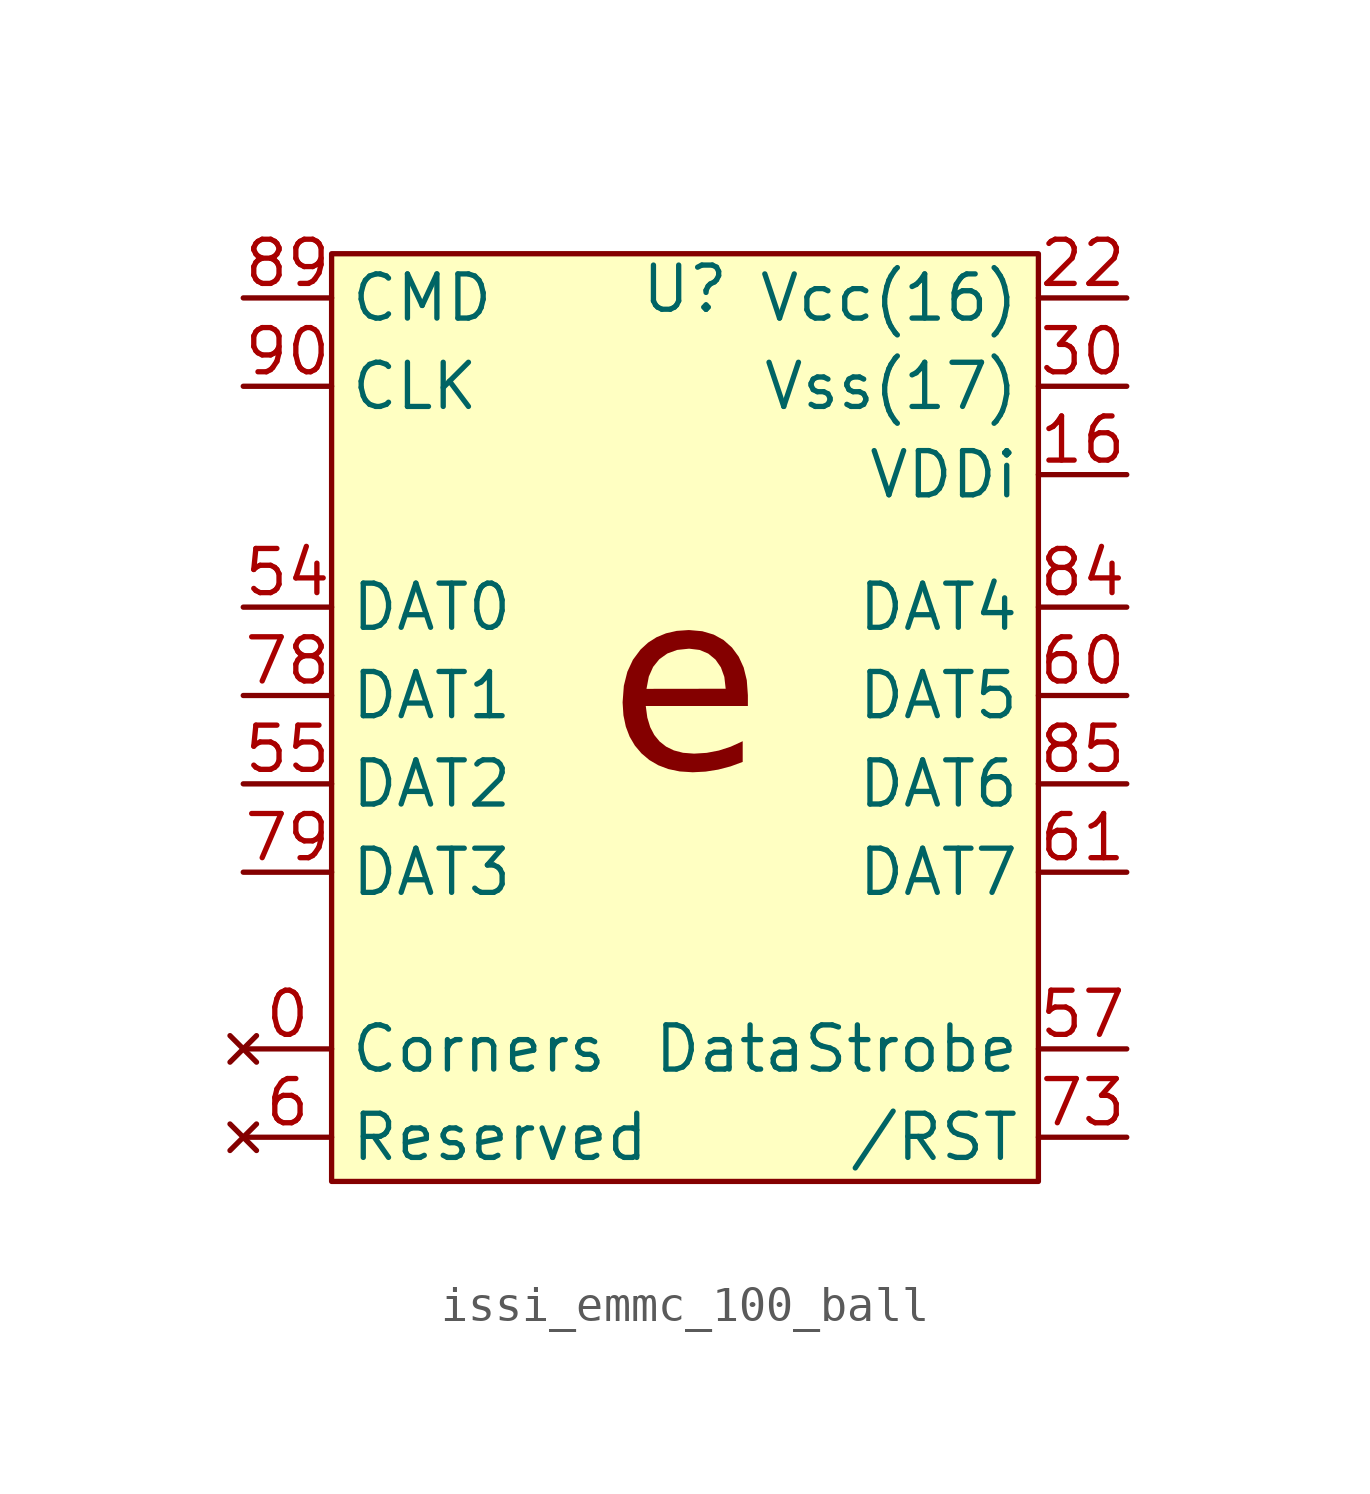
<source format=kicad_sym>
(kicad_symbol_lib
  (version 20241209)
  (generator "kicad_symbol_editor")
  (generator_version "9.0")
  (symbol "issi_emmc_100_ball"
    (property "Reference" "U"
      (at 0 11.684 0)
      (effects (font (size 1.27 1.27))))
    (property "Value" ""
      (at 0 0 0)
      (effects (font (size 1.27 1.27))))
    (symbol "issi_emmc_100_ball_1_1"
      (rectangle (start -10.16 12.7) (end 10.16 -13.97) (stroke (width 0) (type solid)) (fill (type background)))
      (text "e" (at 0 0 0) (effects (font (face "Amiri") (size 5.08 5.08) (italic yes))))
      (pin input line (at -12.7 11.43 0) (length 2.54) (name "CMD" (effects (font (size 1.27 1.27)))) (number "89" (effects (font (size 1.27 1.27)))))
      (pin input line (at -12.7 8.89 0) (length 2.54) (name "CLK" (effects (font (size 1.27 1.27)))) (number "90" (effects (font (size 1.27 1.27)))))
      (pin bidirectional line (at -12.7 2.54 0) (length 2.54) (name "DAT0" (effects (font (size 1.27 1.27)))) (number "54" (effects (font (size 1.27 1.27)))))
      (pin bidirectional line (at -12.7 0 0) (length 2.54) (name "DAT1" (effects (font (size 1.27 1.27)))) (number "78" (effects (font (size 1.27 1.27)))))
      (pin bidirectional line (at -12.7 -2.54 0) (length 2.54) (name "DAT2" (effects (font (size 1.27 1.27)))) (number "55" (effects (font (size 1.27 1.27)))))
      (pin bidirectional line (at -12.7 -5.08 0) (length 2.54) (name "DAT3" (effects (font (size 1.27 1.27)))) (number "79" (effects (font (size 1.27 1.27)))))
      (pin no_connect line (at -12.7 -10.16 0) (length 2.54) (name "Corners" (effects (font (size 1.27 1.27)))) (number "0" (effects (font (size 1.27 1.27)))))
      (pin no_connect line (at -12.7 -10.16 0) (length 2.54) (hide yes) (name "Corners" (effects (font (size 1.27 1.27)))) (number "1" (effects (font (size 1.27 1.27)))))
      (pin no_connect line (at -12.7 -10.16 0) (length 2.54) (hide yes) (name "Corners" (effects (font (size 1.27 1.27)))) (number "2" (effects (font (size 1.27 1.27)))))
      (pin no_connect line (at -12.7 -10.16 0) (length 2.54) (hide yes) (name "Corners" (effects (font (size 1.27 1.27)))) (number "3" (effects (font (size 1.27 1.27)))))
      (pin no_connect line (at -12.7 -10.16 0) (length 2.54) (hide yes) (name "Corners" (effects (font (size 1.27 1.27)))) (number "4" (effects (font (size 1.27 1.27)))))
      (pin no_connect line (at -12.7 -10.16 0) (length 2.54) (hide yes) (name "Corners" (effects (font (size 1.27 1.27)))) (number "5" (effects (font (size 1.27 1.27)))))
      (pin no_connect line (at -12.7 -10.16 0) (length 2.54) (hide yes) (name "Corners" (effects (font (size 1.27 1.27)))) (number "94" (effects (font (size 1.27 1.27)))))
      (pin no_connect line (at -12.7 -10.16 0) (length 2.54) (hide yes) (name "Corners" (effects (font (size 1.27 1.27)))) (number "95" (effects (font (size 1.27 1.27)))))
      (pin no_connect line (at -12.7 -10.16 0) (length 2.54) (hide yes) (name "Corners" (effects (font (size 1.27 1.27)))) (number "96" (effects (font (size 1.27 1.27)))))
      (pin no_connect line (at -12.7 -10.16 0) (length 2.54) (hide yes) (name "Corners" (effects (font (size 1.27 1.27)))) (number "97" (effects (font (size 1.27 1.27)))))
      (pin no_connect line (at -12.7 -10.16 0) (length 2.54) (hide yes) (name "Corners" (effects (font (size 1.27 1.27)))) (number "98" (effects (font (size 1.27 1.27)))))
      (pin no_connect line (at -12.7 -10.16 0) (length 2.54) (hide yes) (name "Corners" (effects (font (size 1.27 1.27)))) (number "99" (effects (font (size 1.27 1.27)))))
      (pin no_connect line (at -12.7 -12.7 0) (length 2.54) (hide yes) (name "Reserved" (effects (font (size 1.27 1.27)))) (number "10" (effects (font (size 1.27 1.27)))))
      (pin no_connect line (at -12.7 -12.7 0) (length 2.54) (hide yes) (name "Reserved" (effects (font (size 1.27 1.27)))) (number "11" (effects (font (size 1.27 1.27)))))
      (pin no_connect line (at -12.7 -12.7 0) (length 2.54) (hide yes) (name "Reserved" (effects (font (size 1.27 1.27)))) (number "12" (effects (font (size 1.27 1.27)))))
      (pin no_connect line (at -12.7 -12.7 0) (length 2.54) (hide yes) (name "Reserved" (effects (font (size 1.27 1.27)))) (number "13" (effects (font (size 1.27 1.27)))))
      (pin no_connect line (at -12.7 -12.7 0) (length 2.54) (hide yes) (name "Reserved" (effects (font (size 1.27 1.27)))) (number "14" (effects (font (size 1.27 1.27)))))
      (pin no_connect line (at -12.7 -12.7 0) (length 2.54) (hide yes) (name "Reserved" (effects (font (size 1.27 1.27)))) (number "15" (effects (font (size 1.27 1.27)))))
      (pin no_connect line (at -12.7 -12.7 0) (length 2.54) (hide yes) (name "Reserved" (effects (font (size 1.27 1.27)))) (number "17" (effects (font (size 1.27 1.27)))))
      (pin no_connect line (at -12.7 -12.7 0) (length 2.54) (hide yes) (name "Reserved" (effects (font (size 1.27 1.27)))) (number "18" (effects (font (size 1.27 1.27)))))
      (pin no_connect line (at -12.7 -12.7 0) (length 2.54) (hide yes) (name "Reserved" (effects (font (size 1.27 1.27)))) (number "19" (effects (font (size 1.27 1.27)))))
      (pin no_connect line (at -12.7 -12.7 0) (length 2.54) (hide yes) (name "Reserved" (effects (font (size 1.27 1.27)))) (number "20" (effects (font (size 1.27 1.27)))))
      (pin no_connect line (at -12.7 -12.7 0) (length 2.54) (hide yes) (name "Reserved" (effects (font (size 1.27 1.27)))) (number "21" (effects (font (size 1.27 1.27)))))
      (pin no_connect line (at -12.7 -12.7 0) (length 2.54) (hide yes) (name "Reserved" (effects (font (size 1.27 1.27)))) (number "40" (effects (font (size 1.27 1.27)))))
      (pin no_connect line (at -12.7 -12.7 0) (length 2.54) (hide yes) (name "Reserved" (effects (font (size 1.27 1.27)))) (number "41" (effects (font (size 1.27 1.27)))))
      (pin no_connect line (at -12.7 -12.7 0) (length 2.54) (hide yes) (name "Reserved" (effects (font (size 1.27 1.27)))) (number "42" (effects (font (size 1.27 1.27)))))
      (pin no_connect line (at -12.7 -12.7 0) (length 2.54) (hide yes) (name "Reserved" (effects (font (size 1.27 1.27)))) (number "43" (effects (font (size 1.27 1.27)))))
      (pin no_connect line (at -12.7 -12.7 0) (length 2.54) (hide yes) (name "Reserved" (effects (font (size 1.27 1.27)))) (number "46" (effects (font (size 1.27 1.27)))))
      (pin no_connect line (at -12.7 -12.7 0) (length 2.54) (hide yes) (name "Reserved" (effects (font (size 1.27 1.27)))) (number "47" (effects (font (size 1.27 1.27)))))
      (pin no_connect line (at -12.7 -12.7 0) (length 2.54) (hide yes) (name "Reserved" (effects (font (size 1.27 1.27)))) (number "48" (effects (font (size 1.27 1.27)))))
      (pin no_connect line (at -12.7 -12.7 0) (length 2.54) (hide yes) (name "Reserved" (effects (font (size 1.27 1.27)))) (number "50" (effects (font (size 1.27 1.27)))))
      (pin no_connect line (at -12.7 -12.7 0) (length 2.54) (hide yes) (name "Reserved" (effects (font (size 1.27 1.27)))) (number "51" (effects (font (size 1.27 1.27)))))
      (pin no_connect line (at -12.7 -12.7 0) (length 2.54) (hide yes) (name "Reserved" (effects (font (size 1.27 1.27)))) (number "52" (effects (font (size 1.27 1.27)))))
      (pin no_connect line (at -12.7 -12.7 0) (length 2.54) (hide yes) (name "Reserved" (effects (font (size 1.27 1.27)))) (number "53" (effects (font (size 1.27 1.27)))))
      (pin no_connect line (at -12.7 -12.7 0) (length 2.54) (hide yes) (name "Reserved" (effects (font (size 1.27 1.27)))) (number "56" (effects (font (size 1.27 1.27)))))
      (pin no_connect line (at -12.7 -12.7 0) (length 2.54) (hide yes) (name "Reserved" (effects (font (size 1.27 1.27)))) (number "58" (effects (font (size 1.27 1.27)))))
      (pin no_connect line (at -12.7 -12.7 0) (length 2.54) (hide yes) (name "Reserved" (effects (font (size 1.27 1.27)))) (number "59" (effects (font (size 1.27 1.27)))))
      (pin no_connect line (at -12.7 -12.7 0) (length 2.54) (name "Reserved" (effects (font (size 1.27 1.27)))) (number "6" (effects (font (size 1.27 1.27)))))
      (pin no_connect line (at -12.7 -12.7 0) (length 2.54) (hide yes) (name "Reserved" (effects (font (size 1.27 1.27)))) (number "65" (effects (font (size 1.27 1.27)))))
      (pin no_connect line (at -12.7 -12.7 0) (length 2.54) (hide yes) (name "Reserved" (effects (font (size 1.27 1.27)))) (number "66" (effects (font (size 1.27 1.27)))))
      (pin no_connect line (at -12.7 -12.7 0) (length 2.54) (hide yes) (name "Reserved" (effects (font (size 1.27 1.27)))) (number "7" (effects (font (size 1.27 1.27)))))
      (pin no_connect line (at -12.7 -12.7 0) (length 2.54) (hide yes) (name "Reserved" (effects (font (size 1.27 1.27)))) (number "70" (effects (font (size 1.27 1.27)))))
      (pin no_connect line (at -12.7 -12.7 0) (length 2.54) (hide yes) (name "Reserved" (effects (font (size 1.27 1.27)))) (number "71" (effects (font (size 1.27 1.27)))))
      (pin no_connect line (at -12.7 -12.7 0) (length 2.54) (hide yes) (name "Reserved" (effects (font (size 1.27 1.27)))) (number "74" (effects (font (size 1.27 1.27)))))
      (pin no_connect line (at -12.7 -12.7 0) (length 2.54) (hide yes) (name "Reserved" (effects (font (size 1.27 1.27)))) (number "76" (effects (font (size 1.27 1.27)))))
      (pin no_connect line (at -12.7 -12.7 0) (length 2.54) (hide yes) (name "Reserved" (effects (font (size 1.27 1.27)))) (number "77" (effects (font (size 1.27 1.27)))))
      (pin no_connect line (at -12.7 -12.7 0) (length 2.54) (hide yes) (name "Reserved" (effects (font (size 1.27 1.27)))) (number "8" (effects (font (size 1.27 1.27)))))
      (pin no_connect line (at -12.7 -12.7 0) (length 2.54) (hide yes) (name "Reserved" (effects (font (size 1.27 1.27)))) (number "80" (effects (font (size 1.27 1.27)))))
      (pin no_connect line (at -12.7 -12.7 0) (length 2.54) (hide yes) (name "Reserved" (effects (font (size 1.27 1.27)))) (number "81" (effects (font (size 1.27 1.27)))))
      (pin no_connect line (at -12.7 -12.7 0) (length 2.54) (hide yes) (name "Reserved" (effects (font (size 1.27 1.27)))) (number "82" (effects (font (size 1.27 1.27)))))
      (pin no_connect line (at -12.7 -12.7 0) (length 2.54) (hide yes) (name "Reserved" (effects (font (size 1.27 1.27)))) (number "83" (effects (font (size 1.27 1.27)))))
      (pin no_connect line (at -12.7 -12.7 0) (length 2.54) (hide yes) (name "Reserved" (effects (font (size 1.27 1.27)))) (number "88" (effects (font (size 1.27 1.27)))))
      (pin no_connect line (at -12.7 -12.7 0) (length 2.54) (hide yes) (name "Reserved" (effects (font (size 1.27 1.27)))) (number "9" (effects (font (size 1.27 1.27)))))
      (pin no_connect line (at -12.7 -12.7 0) (length 2.54) (hide yes) (name "Reserved" (effects (font (size 1.27 1.27)))) (number "91" (effects (font (size 1.27 1.27)))))
      (pin power_in line (at 12.7 11.43 180) (length 2.54) (name "Vcc(16)" (effects (font (size 1.27 1.27)))) (number "22" (effects (font (size 1.27 1.27)))))
      (pin power_in line (at 12.7 11.43 180) (length 2.54) (hide yes) (name "VCC" (effects (font (size 1.27 1.27)))) (number "23" (effects (font (size 1.27 1.27)))))
      (pin power_in line (at 12.7 11.43 180) (length 2.54) (hide yes) (name "VCC" (effects (font (size 1.27 1.27)))) (number "24" (effects (font (size 1.27 1.27)))))
      (pin power_in line (at 12.7 11.43 180) (length 2.54) (hide yes) (name "VCC" (effects (font (size 1.27 1.27)))) (number "25" (effects (font (size 1.27 1.27)))))
      (pin power_in line (at 12.7 11.43 180) (length 2.54) (hide yes) (name "VCC" (effects (font (size 1.27 1.27)))) (number "26" (effects (font (size 1.27 1.27)))))
      (pin power_in line (at 12.7 11.43 180) (length 2.54) (hide yes) (name "VCC" (effects (font (size 1.27 1.27)))) (number "27" (effects (font (size 1.27 1.27)))))
      (pin power_in line (at 12.7 11.43 180) (length 2.54) (hide yes) (name "VCC" (effects (font (size 1.27 1.27)))) (number "28" (effects (font (size 1.27 1.27)))))
      (pin power_in line (at 12.7 11.43 180) (length 2.54) (hide yes) (name "VCC" (effects (font (size 1.27 1.27)))) (number "29" (effects (font (size 1.27 1.27)))))
      (pin power_in line (at 12.7 11.43 180) (length 2.54) (hide yes) (name "VCC" (effects (font (size 1.27 1.27)))) (number "39" (effects (font (size 1.27 1.27)))))
      (pin power_in line (at 12.7 11.43 180) (length 2.54) (hide yes) (name "VCC" (effects (font (size 1.27 1.27)))) (number "44" (effects (font (size 1.27 1.27)))))
      (pin power_in line (at 12.7 11.43 180) (length 2.54) (hide yes) (name "VCC" (effects (font (size 1.27 1.27)))) (number "62" (effects (font (size 1.27 1.27)))))
      (pin power_in line (at 12.7 11.43 180) (length 2.54) (hide yes) (name "VCC" (effects (font (size 1.27 1.27)))) (number "64" (effects (font (size 1.27 1.27)))))
      (pin power_in line (at 12.7 11.43 180) (length 2.54) (hide yes) (name "VCC" (effects (font (size 1.27 1.27)))) (number "67" (effects (font (size 1.27 1.27)))))
      (pin power_in line (at 12.7 11.43 180) (length 2.54) (hide yes) (name "VCC" (effects (font (size 1.27 1.27)))) (number "69" (effects (font (size 1.27 1.27)))))
      (pin power_in line (at 12.7 11.43 180) (length 2.54) (hide yes) (name "VCC" (effects (font (size 1.27 1.27)))) (number "87" (effects (font (size 1.27 1.27)))))
      (pin power_in line (at 12.7 11.43 180) (length 2.54) (hide yes) (name "VCC" (effects (font (size 1.27 1.27)))) (number "92" (effects (font (size 1.27 1.27)))))
      (pin power_in line (at 12.7 8.89 180) (length 2.54) (name "Vss(17)" (effects (font (size 1.27 1.27)))) (number "30" (effects (font (size 1.27 1.27)))))
      (pin power_in line (at 12.7 8.89 180) (length 2.54) (hide yes) (name "VSS" (effects (font (size 1.27 1.27)))) (number "31" (effects (font (size 1.27 1.27)))))
      (pin power_in line (at 12.7 8.89 180) (length 2.54) (hide yes) (name "VSS" (effects (font (size 1.27 1.27)))) (number "32" (effects (font (size 1.27 1.27)))))
      (pin power_in line (at 12.7 8.89 180) (length 2.54) (hide yes) (name "VSS" (effects (font (size 1.27 1.27)))) (number "33" (effects (font (size 1.27 1.27)))))
      (pin power_in line (at 12.7 8.89 180) (length 2.54) (hide yes) (name "VSS" (effects (font (size 1.27 1.27)))) (number "34" (effects (font (size 1.27 1.27)))))
      (pin power_in line (at 12.7 8.89 180) (length 2.54) (hide yes) (name "VSS" (effects (font (size 1.27 1.27)))) (number "35" (effects (font (size 1.27 1.27)))))
      (pin power_in line (at 12.7 8.89 180) (length 2.54) (hide yes) (name "VSS" (effects (font (size 1.27 1.27)))) (number "36" (effects (font (size 1.27 1.27)))))
      (pin power_in line (at 12.7 8.89 180) (length 2.54) (hide yes) (name "VSS" (effects (font (size 1.27 1.27)))) (number "37" (effects (font (size 1.27 1.27)))))
      (pin power_in line (at 12.7 8.89 180) (length 2.54) (hide yes) (name "VSS" (effects (font (size 1.27 1.27)))) (number "38" (effects (font (size 1.27 1.27)))))
      (pin power_in line (at 12.7 8.89 180) (length 2.54) (hide yes) (name "VSS" (effects (font (size 1.27 1.27)))) (number "45" (effects (font (size 1.27 1.27)))))
      (pin power_in line (at 12.7 8.89 180) (length 2.54) (hide yes) (name "VSS" (effects (font (size 1.27 1.27)))) (number "49" (effects (font (size 1.27 1.27)))))
      (pin power_in line (at 12.7 8.89 180) (length 2.54) (hide yes) (name "VSS" (effects (font (size 1.27 1.27)))) (number "63" (effects (font (size 1.27 1.27)))))
      (pin power_in line (at 12.7 8.89 180) (length 2.54) (hide yes) (name "VSS" (effects (font (size 1.27 1.27)))) (number "68" (effects (font (size 1.27 1.27)))))
      (pin power_in line (at 12.7 8.89 180) (length 2.54) (hide yes) (name "VSS" (effects (font (size 1.27 1.27)))) (number "72" (effects (font (size 1.27 1.27)))))
      (pin power_in line (at 12.7 8.89 180) (length 2.54) (hide yes) (name "VSS" (effects (font (size 1.27 1.27)))) (number "75" (effects (font (size 1.27 1.27)))))
      (pin power_in line (at 12.7 8.89 180) (length 2.54) (hide yes) (name "VSS" (effects (font (size 1.27 1.27)))) (number "86" (effects (font (size 1.27 1.27)))))
      (pin power_in line (at 12.7 8.89 180) (length 2.54) (hide yes) (name "VSS" (effects (font (size 1.27 1.27)))) (number "93" (effects (font (size 1.27 1.27)))))
      (pin passive line (at 12.7 6.35 180) (length 2.54) (name "VDDi" (effects (font (size 1.27 1.27)))) (number "16" (effects (font (size 1.27 1.27)))))
      (pin bidirectional line (at 12.7 2.54 180) (length 2.54) (name "DAT4" (effects (font (size 1.27 1.27)))) (number "84" (effects (font (size 1.27 1.27)))))
      (pin bidirectional line (at 12.7 0 180) (length 2.54) (name "DAT5" (effects (font (size 1.27 1.27)))) (number "60" (effects (font (size 1.27 1.27)))))
      (pin bidirectional line (at 12.7 -2.54 180) (length 2.54) (name "DAT6" (effects (font (size 1.27 1.27)))) (number "85" (effects (font (size 1.27 1.27)))))
      (pin bidirectional line (at 12.7 -5.08 180) (length 2.54) (name "DAT7" (effects (font (size 1.27 1.27)))) (number "61" (effects (font (size 1.27 1.27)))))
      (pin output line (at 12.7 -10.16 180) (length 2.54) (name "DataStrobe" (effects (font (size 1.27 1.27)))) (number "57" (effects (font (size 1.27 1.27)))))
      (pin input line (at 12.7 -12.7 180) (length 2.54) (name "/RST" (effects (font (size 1.27 1.27)))) (number "73" (effects (font (size 1.27 1.27))))))))
</source>
